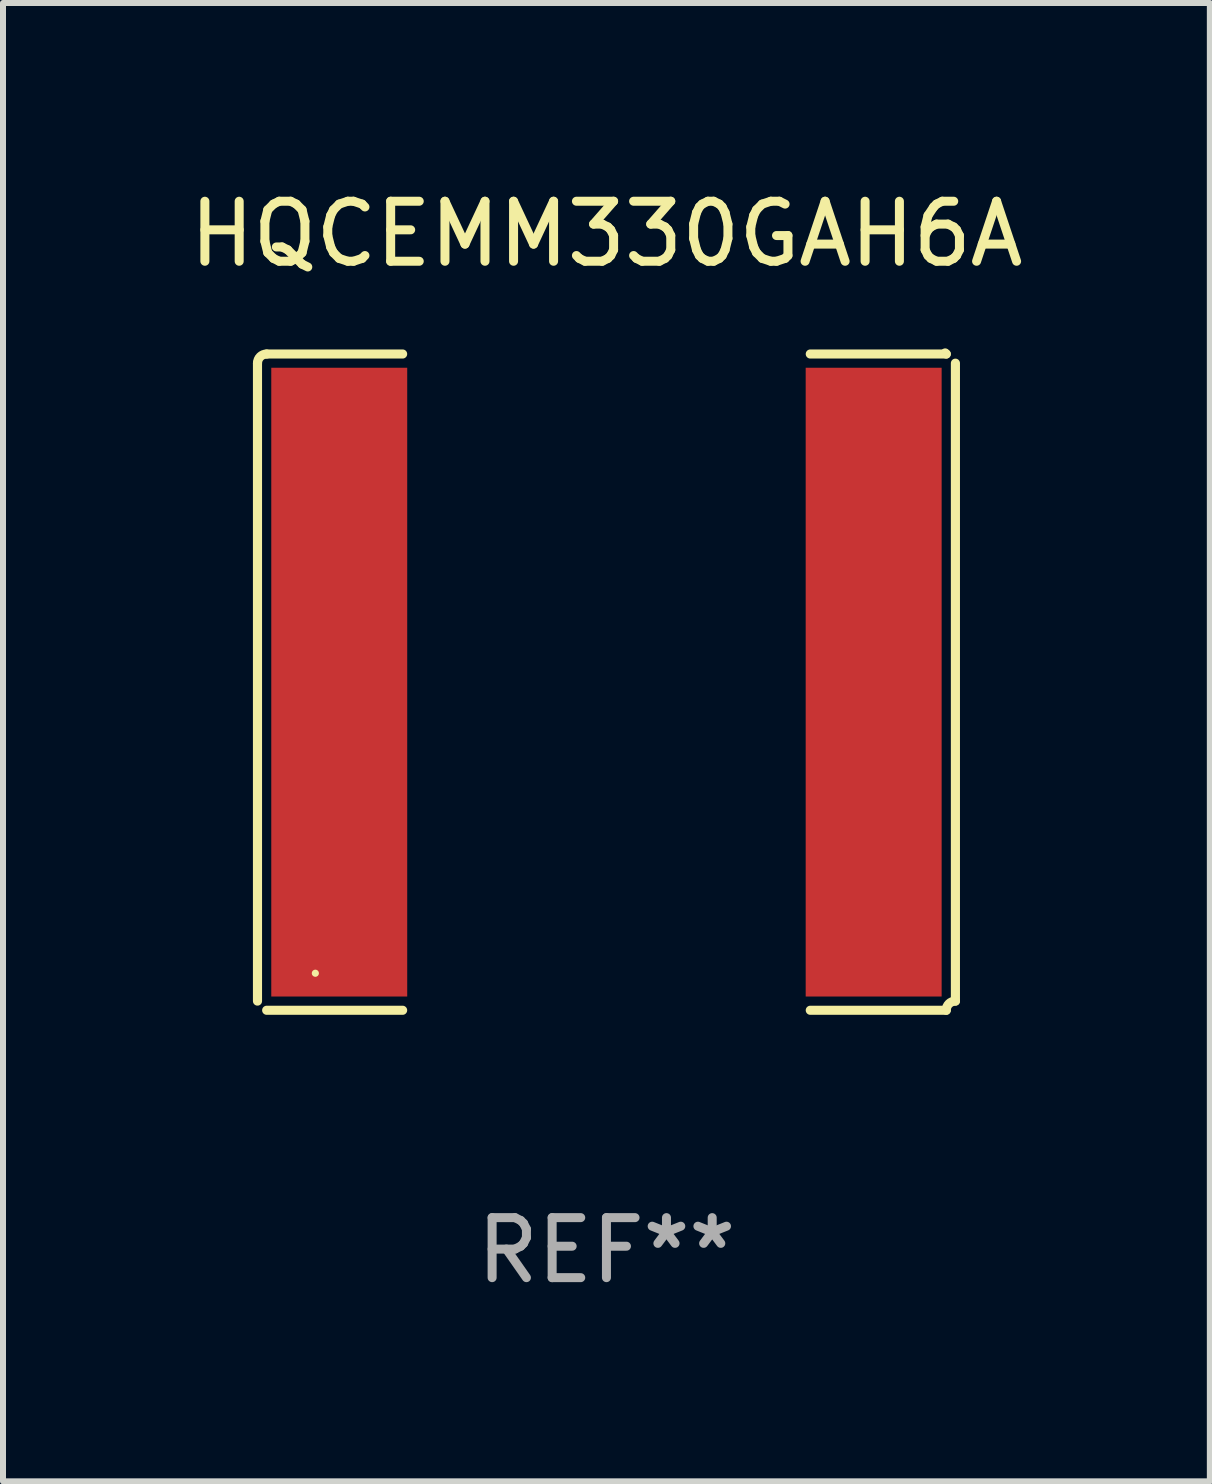
<source format=kicad_pcb>
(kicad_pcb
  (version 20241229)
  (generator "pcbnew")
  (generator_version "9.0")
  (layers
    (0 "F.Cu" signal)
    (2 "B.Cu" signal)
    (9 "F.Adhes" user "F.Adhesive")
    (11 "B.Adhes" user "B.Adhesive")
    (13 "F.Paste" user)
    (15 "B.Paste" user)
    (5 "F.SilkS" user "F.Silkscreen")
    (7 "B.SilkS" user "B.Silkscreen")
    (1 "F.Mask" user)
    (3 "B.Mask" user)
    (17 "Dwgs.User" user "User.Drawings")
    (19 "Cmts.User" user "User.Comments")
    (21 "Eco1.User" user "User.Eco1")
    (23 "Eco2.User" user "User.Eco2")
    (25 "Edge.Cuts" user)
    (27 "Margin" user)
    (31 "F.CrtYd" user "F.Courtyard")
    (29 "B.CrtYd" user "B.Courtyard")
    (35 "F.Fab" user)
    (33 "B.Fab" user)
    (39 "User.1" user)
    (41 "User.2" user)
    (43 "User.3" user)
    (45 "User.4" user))
  (footprint "HQCEMM330GAH6A"
    (layer "F.Cu")
    (at 7.054 8.315)
    (property "Reference" "HQCEMM330GAH6A" (at 0 -7.467 0) (layer "F.SilkS") (effects (font (size 1 1) (thickness 0.15))))
    (attr through_hole)
    (fp_line (start -5.814 -5.314) (end -5.814 5.314) (stroke (width 0.152) (type solid)) (layer "F.SilkS"))
    (fp_line (start -5.661 5.467) (end -3.396 5.467) (stroke (width 0.152) (type solid)) (layer "F.SilkS"))
    (fp_line (start -3.396 -5.467) (end -5.661 -5.467) (stroke (width 0.152) (type solid)) (layer "F.SilkS"))
    (fp_line (start 3.396 -5.467) (end 5.661 -5.467) (stroke (width 0.152) (type solid)) (layer "F.SilkS"))
    (fp_line (start 5.661 5.467) (end 3.396 5.467) (stroke (width 0.152) (type solid)) (layer "F.SilkS"))
    (fp_line (start 5.814 -5.314) (end 5.814 5.314) (stroke (width 0.152) (type solid)) (layer "F.SilkS"))
    (fp_arc (start -5.813599 -5.314201) (mid -5.768962 -5.421963) (end -5.661199 -5.466599) (stroke (width 0.1524) (type solid)) (layer "F.SilkS"))
    (fp_arc (start -5.813599 5.314201) (mid -5.804682 5.323116) (end -5.795765 5.332031) (stroke (width 0.1524) (type solid)) (layer "F.SilkS"))
    (fp_arc (start 5.661199 -5.466599) (mid 5.652283 -5.475515) (end 5.643366 -5.48443) (stroke (width 0.1524) (type solid)) (layer "F.SilkS"))
    (fp_arc (start 5.661199 5.466599) (mid 5.705836 5.358837) (end 5.813599 5.314201) (stroke (width 0.1524) (type solid)) (layer "F.SilkS"))
    (fp_circle (center -4.85 4.85) (end -4.82 4.85) (stroke (width 0.06) (type solid)) (fill no) (layer "F.SilkS"))
    (fp_text user "REF**" (at 0 9.467 0) (layer "F.Fab") (effects (font (size 1 1) (thickness 0.15))))
    (pad "1" smd rect (at -4.452 0) (size 2.265 10.476) (layers "F.Cu" "F.Mask" "F.Paste"))
    (pad "2" smd rect (at 4.452 0) (size 2.265 10.476) (layers "F.Cu" "F.Mask" "F.Paste")))
  (gr_rect
    (start -3 -3)
    (end 17.107 21.63)
    (stroke (width 0.1) (type default))
    (fill no)
    (layer "Edge.Cuts")))
</source>
